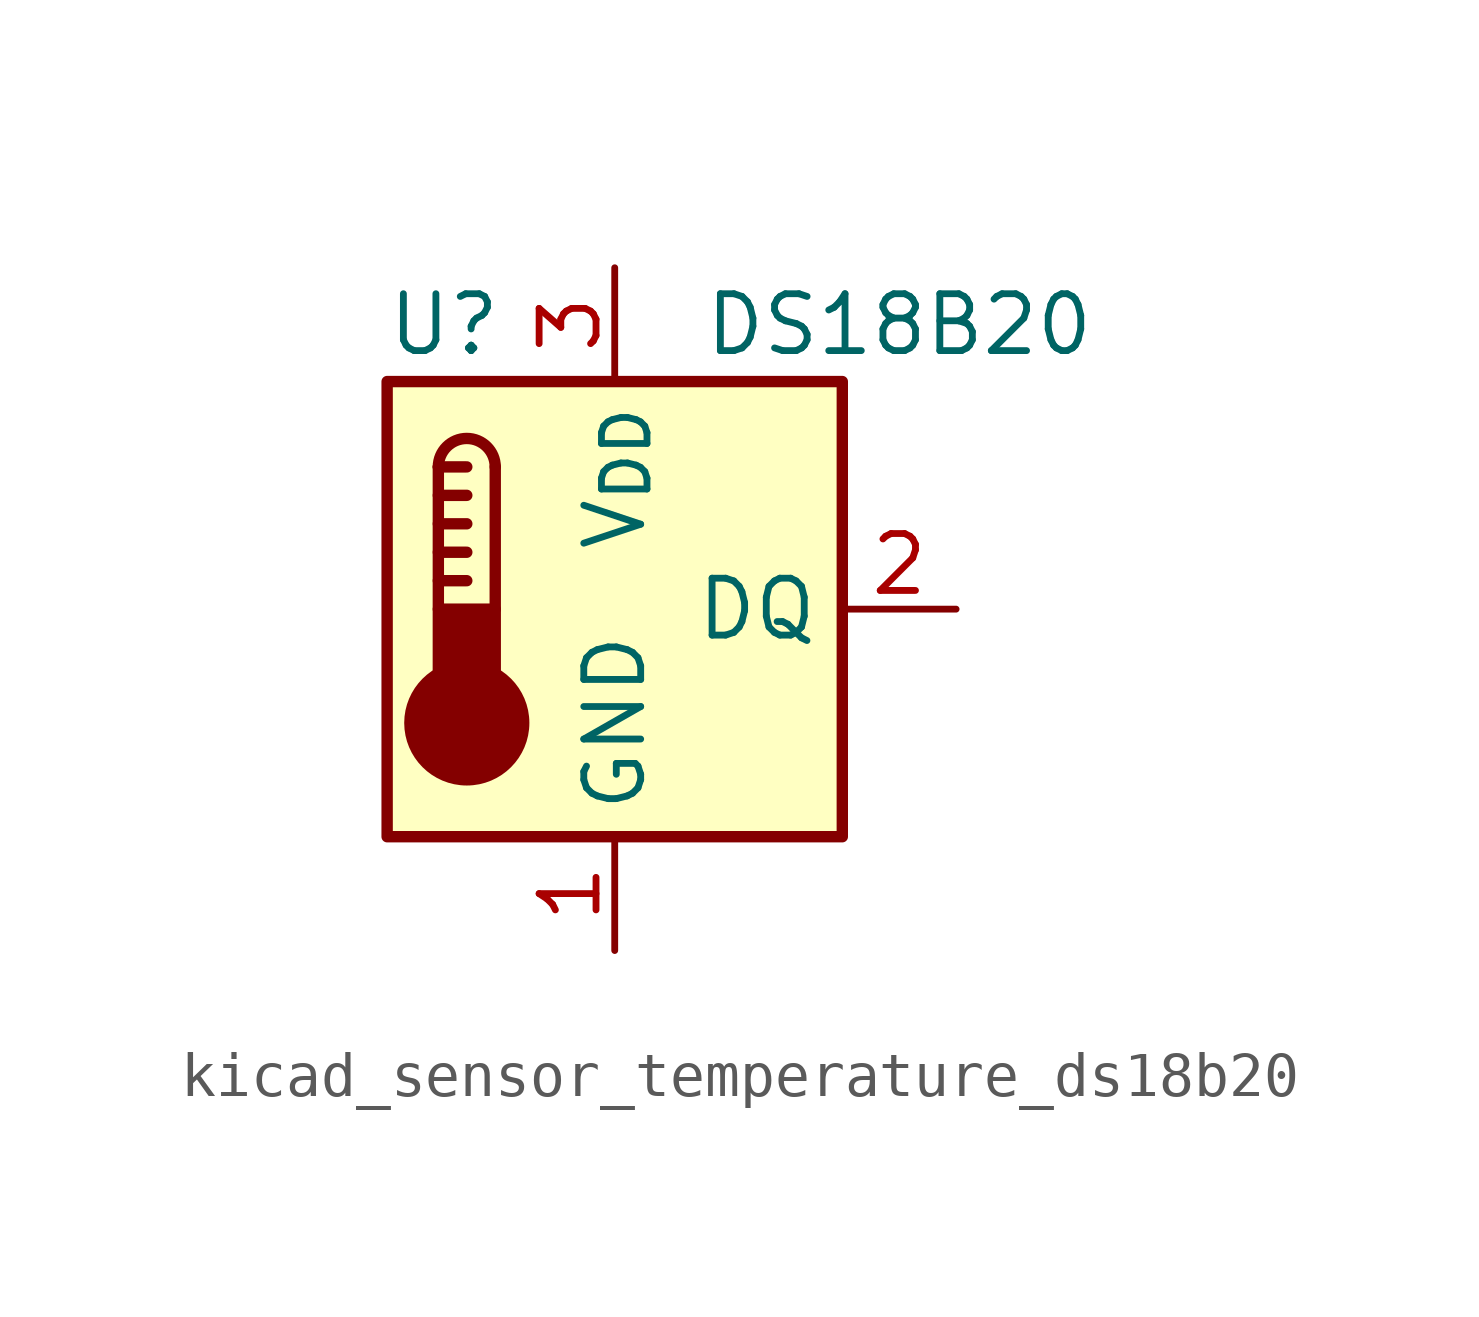
<source format=kicad_sym>
(kicad_symbol_lib
  (version 20220914)
  (generator kicad_symbol_editor)
  (symbol "kicad_sensor_temperature_ds18b20"
    (property "Reference" "U"
      (at -3.81 6.35 0)
      (effects (font (size 1.27 1.27))))
    (property "Value" "DS18B20"
      (at 6.35 6.35 0)
      (effects (font (size 1.27 1.27))))
    (symbol "kicad_sensor_temperature_ds18b20_0_1"
      (rectangle (start -5.08 5.08) (end 5.08 -5.08) (stroke (width 0.254) (type default)) (fill (type background)))
      (circle (center -3.302 -2.54) (radius 1.27) (stroke (width 0.254) (type default)) (fill (type outline)))
      (rectangle (start -2.667 -1.905) (end -3.937 0) (stroke (width 0.254) (type default)) (fill (type outline)))
      (arc (start -2.667 3.175) (mid -3.302 3.8073) (end -3.937 3.175) (stroke (width 0.254) (type default)) (fill (type none)))
      (polyline (pts (xy -3.937 0.635) (xy -3.302 0.635)) (stroke (width 0.254) (type default)) (fill (type none)))
      (polyline (pts (xy -3.937 1.27) (xy -3.302 1.27)) (stroke (width 0.254) (type default)) (fill (type none)))
      (polyline (pts (xy -3.937 1.905) (xy -3.302 1.905)) (stroke (width 0.254) (type default)) (fill (type none)))
      (polyline (pts (xy -3.937 2.54) (xy -3.302 2.54)) (stroke (width 0.254) (type default)) (fill (type none)))
      (polyline (pts (xy -3.937 3.175) (xy -3.937 0)) (stroke (width 0.254) (type default)) (fill (type none)))
      (polyline (pts (xy -3.937 3.175) (xy -3.302 3.175)) (stroke (width 0.254) (type default)) (fill (type none)))
      (polyline (pts (xy -2.667 3.175) (xy -2.667 0)) (stroke (width 0.254) (type default)) (fill (type none))))
    (symbol "kicad_sensor_temperature_ds18b20_1_1"
      (pin power_in line (at 0 -7.62 90) (length 2.54) (name "GND" (effects (font (size 1.27 1.27)))) (number "1" (effects (font (size 1.27 1.27)))))
      (pin bidirectional line (at 7.62 0 180) (length 2.54) (name "DQ" (effects (font (size 1.27 1.27)))) (number "2" (effects (font (size 1.27 1.27)))))
      (pin power_in line (at 0 7.62 270) (length 2.54) (name "V_{DD}" (effects (font (size 1.27 1.27)))) (number "3" (effects (font (size 1.27 1.27))))))))
</source>
